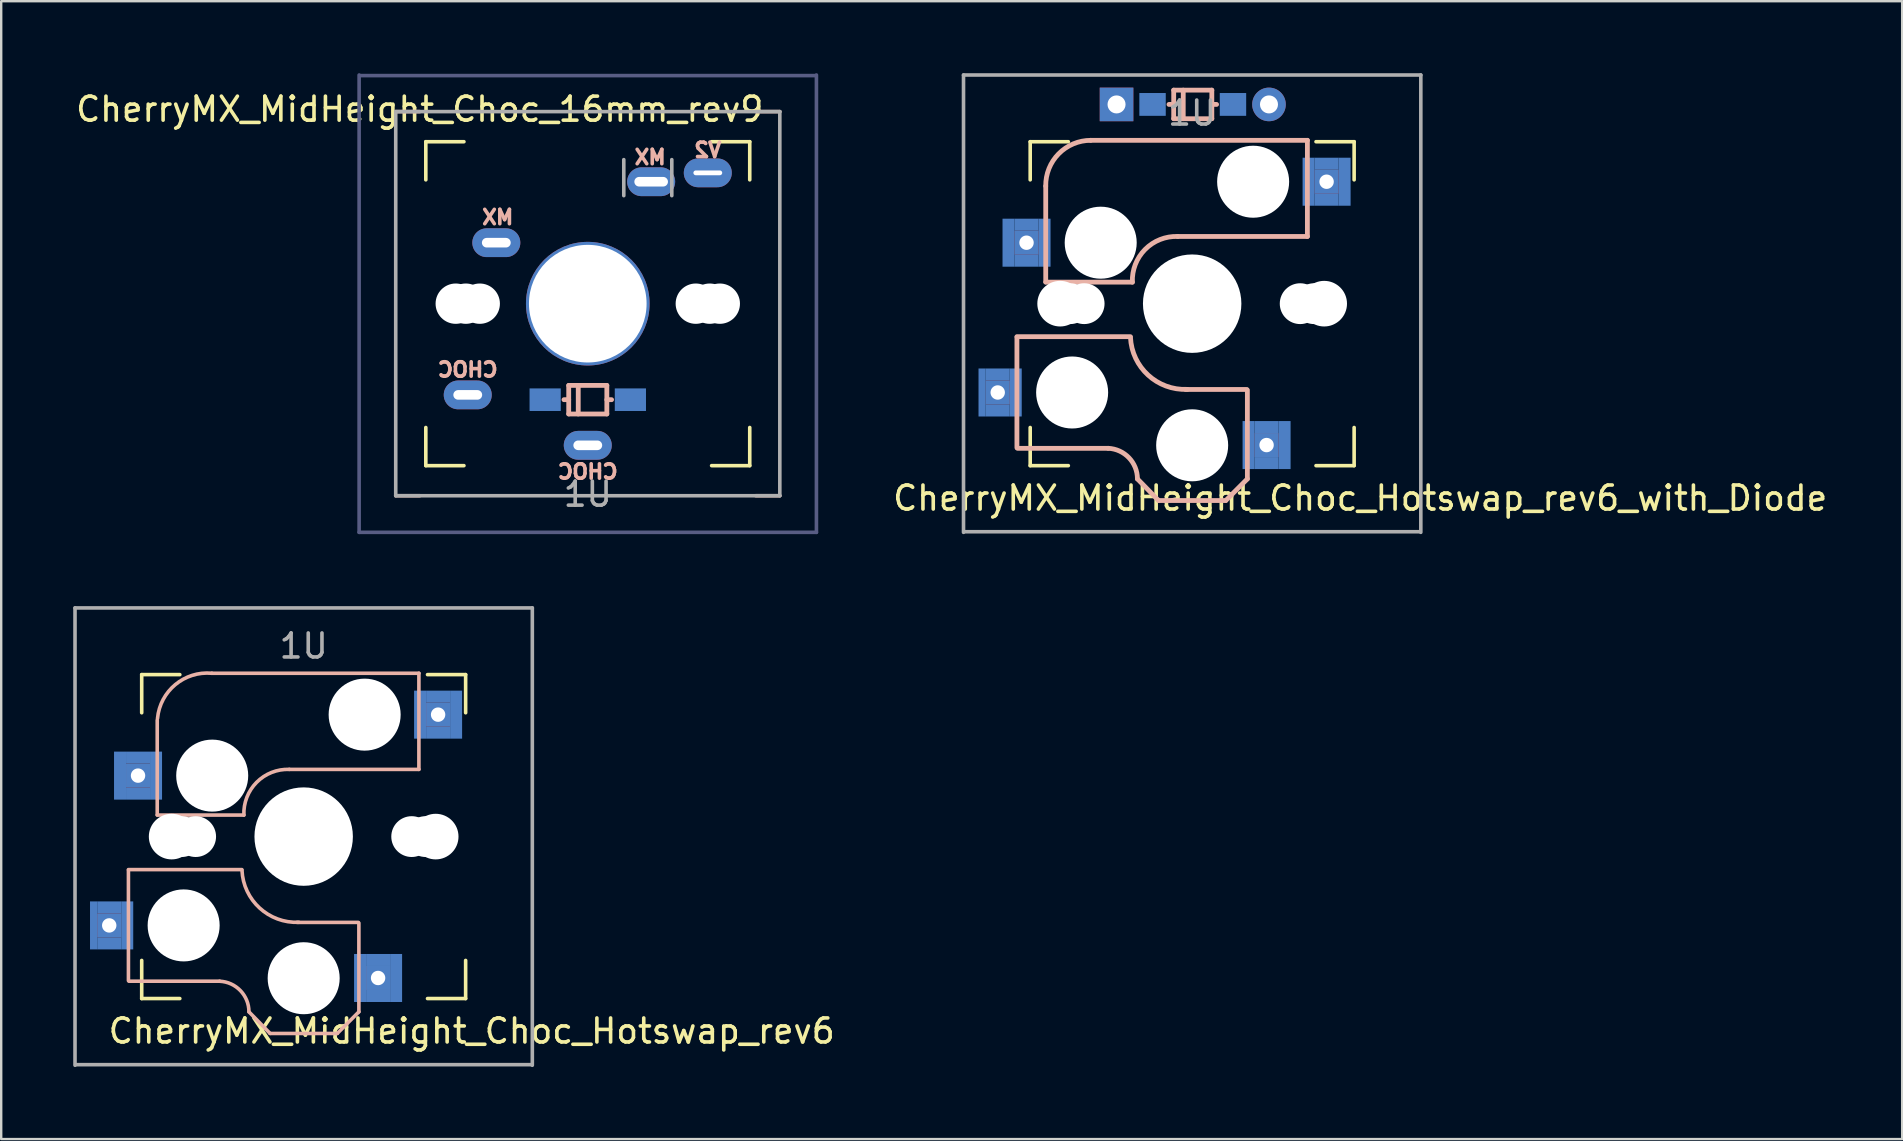
<source format=kicad_pcb>
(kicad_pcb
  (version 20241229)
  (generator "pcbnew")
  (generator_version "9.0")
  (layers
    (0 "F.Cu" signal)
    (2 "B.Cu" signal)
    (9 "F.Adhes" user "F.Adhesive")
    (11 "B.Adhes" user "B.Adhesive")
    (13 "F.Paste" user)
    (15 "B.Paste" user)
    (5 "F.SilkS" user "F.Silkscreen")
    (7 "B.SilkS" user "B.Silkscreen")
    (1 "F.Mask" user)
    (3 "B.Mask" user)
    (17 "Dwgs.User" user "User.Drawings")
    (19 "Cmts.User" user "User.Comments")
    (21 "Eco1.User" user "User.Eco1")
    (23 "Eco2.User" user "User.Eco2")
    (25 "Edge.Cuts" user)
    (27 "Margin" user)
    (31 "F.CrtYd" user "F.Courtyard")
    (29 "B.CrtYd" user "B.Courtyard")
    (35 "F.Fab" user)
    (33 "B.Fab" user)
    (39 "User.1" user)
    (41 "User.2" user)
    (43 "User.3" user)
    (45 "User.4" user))
  (footprint "CherryMX_MidHeight_Choc_Hotswap_rev6"
    (layer "F.Cu")
    (at 9.6 31.8)
    (property "Reference" "CherryMX_MidHeight_Choc_Hotswap_rev6" (at 7 8.1 0) (layer "F.SilkS") (effects (font (size 1 1) (thickness 0.15))))
    (fp_line (start -6.747 -6.747) (end -5.159 -6.747) (stroke (width 0.15) (type solid)) (layer "F.SilkS"))
    (fp_line (start -6.747 -5.159) (end -6.747 -6.747) (stroke (width 0.15) (type solid)) (layer "F.SilkS"))
    (fp_line (start -6.747 6.747) (end -6.747 5.159) (stroke (width 0.15) (type solid)) (layer "F.SilkS"))
    (fp_line (start -5.159 6.747) (end -6.747 6.747) (stroke (width 0.15) (type solid)) (layer "F.SilkS"))
    (fp_line (start 5.159 -6.747) (end 6.747 -6.747) (stroke (width 0.15) (type solid)) (layer "F.SilkS"))
    (fp_line (start 6.747 -6.747) (end 6.747 -5.159) (stroke (width 0.15) (type solid)) (layer "F.SilkS"))
    (fp_line (start 6.747 5.159) (end 6.747 6.747) (stroke (width 0.15) (type solid)) (layer "F.SilkS"))
    (fp_line (start 6.747 6.747) (end 5.159 6.747) (stroke (width 0.15) (type solid)) (layer "F.SilkS"))
    (fp_line (start -7.3 1.4) (end -7.3 6) (stroke (width 0.15) (type solid)) (layer "B.SilkS"))
    (fp_line (start -6.1 -4.85) (end -6.1 -0.905) (stroke (width 0.15) (type solid)) (layer "B.SilkS"))
    (fp_line (start -6.1 -0.896) (end -2.49 -0.896) (stroke (width 0.15) (type solid)) (layer "B.SilkS"))
    (fp_line (start -3.5 6.025) (end -7.275 6.025) (stroke (width 0.15) (type solid)) (layer "B.SilkS"))
    (fp_line (start -2.575 1.375) (end -7.3 1.375) (stroke (width 0.15) (type solid)) (layer "B.SilkS"))
    (fp_line (start -2.28 7.3) (end -1.4 8.2) (stroke (width 0.15) (type solid)) (layer "B.SilkS"))
    (fp_line (start 1.4 8.2) (end -1.4 8.2) (stroke (width 0.15) (type solid)) (layer "B.SilkS"))
    (fp_line (start 2.275 3.575) (end -0.275 3.575) (stroke (width 0.15) (type solid)) (layer "B.SilkS"))
    (fp_line (start 2.3 3.6) (end 2.3 7.3) (stroke (width 0.15) (type solid)) (layer "B.SilkS"))
    (fp_line (start 2.3 7.3) (end 1.4 8.2) (stroke (width 0.15) (type solid)) (layer "B.SilkS"))
    (fp_line (start 4.8 -6.804) (end -3.825 -6.804) (stroke (width 0.15) (type solid)) (layer "B.SilkS"))
    (fp_line (start 4.8 -2.8) (end -0.6 -2.8) (stroke (width 0.15) (type solid)) (layer "B.SilkS"))
    (fp_line (start 4.8 -2.8) (end 4.8 -6.804) (stroke (width 0.15) (type solid)) (layer "B.SilkS"))
    (fp_arc (start -6.089 -4.92) (mid -5.347189 -6.33089) (end -3.825 -6.804) (stroke (width 0.15) (type solid)) (layer "B.SilkS"))
    (fp_arc (start -3.5 6.025) (mid -2.633993 6.417536) (end -2.28 7.3) (stroke (width 0.15) (type solid)) (layer "B.SilkS"))
    (fp_arc (start -2.49 -0.896) (mid -1.960305 -2.260251) (end -0.6 -2.8) (stroke (width 0.15) (type solid)) (layer "B.SilkS"))
    (fp_arc (start -0.2 3.57) (mid -1.834422 2.975843) (end -2.57 1.4) (stroke (width 0.15) (type solid)) (layer "B.SilkS"))
    (fp_line (start -9.525 -9.525) (end 9.525 -9.525) (stroke (width 0.15) (type solid)) (layer "F.Fab"))
    (fp_line (start -9.525 9.525) (end -9.525 -9.525) (stroke (width 0.15) (type solid)) (layer "F.Fab"))
    (fp_line (start 9.5 9.5) (end -9.5 9.5) (stroke (width 0.15) (type solid)) (layer "F.Fab"))
    (fp_line (start 9.525 -9.525) (end 9.525 9.525) (stroke (width 0.15) (type solid)) (layer "F.Fab"))
    (fp_text user "1U" (at 0 -7.938 0) (layer "F.Fab") (effects (font (size 1 1) (thickness 0.15))))
    (pad "" np_thru_hole circle (at -5.5 0 90) (size 1.9 1.9) (drill 1.9) (layers "*.Cu" "*.Mask"))
    (pad "" np_thru_hole circle (at -5.08 0) (size 1.7 1.7) (drill 1.7) (layers "*.Cu" "*.Mask"))
    (pad "" np_thru_hole circle (at -5 3.7 90) (size 3 3) (drill 3) (layers "*.Cu" "*.Mask"))
    (pad "" np_thru_hole circle (at -4.5 0) (size 1.7 1.7) (drill 1.7) (layers "*.Cu" "*.Mask"))
    (pad "" np_thru_hole circle (at -3.81 -2.54 180) (size 3 3) (drill 3) (layers "*.Cu" "*.Mask"))
    (pad "" np_thru_hole circle (at 0 0 90) (size 4.1 4.1) (drill 4.1) (layers "*.Cu" "*.Mask"))
    (pad "" np_thru_hole circle (at 0 5.9 90) (size 3 3) (drill 3) (layers "*.Cu" "*.Mask"))
    (pad "" np_thru_hole circle (at 2.54 -5.08 180) (size 3 3) (drill 3) (layers "*.Cu" "*.Mask"))
    (pad "" np_thru_hole circle (at 4.5 0) (size 1.7 1.7) (drill 1.7) (layers "*.Cu" "*.Mask"))
    (pad "" np_thru_hole circle (at 5.08 0) (size 1.7 1.7) (drill 1.7) (layers "*.Cu" "*.Mask"))
    (pad "" np_thru_hole circle (at 5.5 0 90) (size 1.9 1.9) (drill 1.9) (layers "*.Cu" "*.Mask"))
    (pad "1" smd rect (at -8.75 3.7 180) (size 0.3 2) (layers "B.Cu" "B.Mask" "B.Paste"))
    (pad "1" smd rect (at -8.1 2.95 180) (size 1 0.5) (layers "B.Cu" "B.Mask" "B.Paste"))
    (pad "1" thru_hole rect (at -8.1 3.7) (size 1 1) (drill 0.6) (layers "*.Cu" "B.Mask"))
    (pad "1" smd rect (at -8.1 4.45 180) (size 1 0.5) (layers "B.Cu" "B.Mask" "B.Paste"))
    (pad "1" smd rect (at -7.65 -2.54 180) (size 0.5 2) (layers "B.Cu" "B.Mask" "B.Paste"))
    (pad "1" smd rect (at -7.35 3.7 180) (size 0.5 2) (layers "B.Cu" "B.Mask" "B.Paste"))
    (pad "1" smd rect (at -6.9 -3.29 180) (size 1 0.5) (layers "B.Cu" "B.Mask" "B.Paste"))
    (pad "1" thru_hole rect (at -6.9 -2.54) (size 1 1) (drill 0.6) (layers "*.Cu" "B.Mask"))
    (pad "1" smd rect (at -6.9 -1.79 180) (size 1 0.5) (layers "B.Cu" "B.Mask" "B.Paste"))
    (pad "1" smd rect (at -6.15 -2.54 180) (size 0.5 2) (layers "B.Cu" "B.Mask" "B.Paste"))
    (pad "2" smd rect (at 2.35 5.89 180) (size 0.5 2) (layers "B.Cu" "B.Mask" "B.Paste"))
    (pad "2" smd rect (at 3.1 5.14 180) (size 1 0.5) (layers "B.Cu" "B.Mask" "B.Paste"))
    (pad "2" thru_hole rect (at 3.1 5.89) (size 1 1) (drill 0.6) (layers "*.Cu" "B.Mask"))
    (pad "2" smd rect (at 3.1 6.64 180) (size 1 0.5) (layers "B.Cu" "B.Mask" "B.Paste"))
    (pad "2" smd rect (at 3.85 5.89 180) (size 0.5 2) (layers "B.Cu" "B.Mask" "B.Paste"))
    (pad "2" smd rect (at 4.85 -5.08 180) (size 0.5 2) (layers "B.Cu" "B.Mask" "B.Paste"))
    (pad "2" smd rect (at 5.6 -5.83 180) (size 1 0.5) (layers "B.Cu" "B.Mask" "B.Paste"))
    (pad "2" thru_hole rect (at 5.6 -5.08) (size 1 1) (drill 0.6) (layers "*.Cu" "B.Mask"))
    (pad "2" smd rect (at 5.6 -4.33 180) (size 1 0.5) (layers "B.Cu" "B.Mask" "B.Paste"))
    (pad "2" smd rect (at 6.35 -5.08 180) (size 0.5 2) (layers "B.Cu" "B.Mask" "B.Paste")))
  (footprint "CherryMX_MidHeight_Choc_16mm_rev9"
    (layer "F.Cu")
    (at 21.435 9.6)
    (property "Reference" "CherryMX_MidHeight_Choc_16mm_rev9" (at -7 -8.1 180) (layer "F.SilkS") (effects (font (size 1 1) (thickness 0.15))))
    (attr through_hole)
    (fp_line (start -6.747 -6.747) (end -5.159 -6.747) (stroke (width 0.15) (type solid)) (layer "F.SilkS"))
    (fp_line (start -6.747 -5.159) (end -6.747 -6.747) (stroke (width 0.15) (type solid)) (layer "F.SilkS"))
    (fp_line (start -6.747 6.747) (end -6.747 5.159) (stroke (width 0.15) (type solid)) (layer "F.SilkS"))
    (fp_line (start -5.159 6.747) (end -6.747 6.747) (stroke (width 0.15) (type solid)) (layer "F.SilkS"))
    (fp_line (start 5.159 -6.747) (end 6.747 -6.747) (stroke (width 0.15) (type solid)) (layer "F.SilkS"))
    (fp_line (start 6.747 -6.747) (end 6.747 -5.159) (stroke (width 0.15) (type solid)) (layer "F.SilkS"))
    (fp_line (start 6.747 5.159) (end 6.747 6.747) (stroke (width 0.15) (type solid)) (layer "F.SilkS"))
    (fp_line (start 6.747 6.747) (end 5.159 6.747) (stroke (width 0.15) (type solid)) (layer "F.SilkS"))
    (fp_line (start -7 -8) (end -8 -8) (stroke (width 0.15) (type solid)) (layer "B.SilkS"))
    (fp_line (start -7 8) (end -8 8) (stroke (width 0.15) (type solid)) (layer "B.SilkS"))
    (fp_line (start -0.992 4) (end -0.794 4) (stroke (width 0.2) (type solid)) (layer "B.SilkS"))
    (fp_line (start -0.794 3.405) (end -0.794 4.595) (stroke (width 0.2) (type solid)) (layer "B.SilkS"))
    (fp_line (start -0.794 4.595) (end 0.794 4.595) (stroke (width 0.2) (type solid)) (layer "B.SilkS"))
    (fp_line (start -0.397 4.595) (end -0.397 3.405) (stroke (width 0.2) (type solid)) (layer "B.SilkS"))
    (fp_line (start 0.794 3.405) (end -0.794 3.405) (stroke (width 0.2) (type solid)) (layer "B.SilkS"))
    (fp_line (start 0.794 4) (end 0.992 4) (stroke (width 0.2) (type solid)) (layer "B.SilkS"))
    (fp_line (start 0.794 4.595) (end 0.794 3.405) (stroke (width 0.2) (type solid)) (layer "B.SilkS"))
    (fp_line (start 8 -8) (end 7 -8) (stroke (width 0.15) (type solid)) (layer "B.SilkS"))
    (fp_line (start 8 8) (end 7 8) (stroke (width 0.15) (type solid)) (layer "B.SilkS"))
    (fp_line (start -9.525 9.525) (end -9.525 -9.525) (stroke (width 0.15) (type solid)) (layer "B.Fab"))
    (fp_line (start -9.5 -9.5) (end 9.5 -9.5) (stroke (width 0.15) (type solid)) (layer "B.Fab"))
    (fp_line (start 9.525 -9.525) (end 9.525 9.525) (stroke (width 0.15) (type solid)) (layer "B.Fab"))
    (fp_line (start 9.525 9.525) (end -9.525 9.525) (stroke (width 0.15) (type solid)) (layer "B.Fab"))
    (fp_line (start -8 -8) (end 8 -8) (stroke (width 0.15) (type solid)) (layer "F.Fab"))
    (fp_line (start -8 8) (end -8 -8) (stroke (width 0.15) (type solid)) (layer "F.Fab"))
    (fp_line (start 1.5 -6) (end 1.5 -4.5) (stroke (width 0.15) (type solid)) (layer "F.Fab"))
    (fp_line (start 3.5 -6) (end 3.5 -4.5) (stroke (width 0.15) (type solid)) (layer "F.Fab"))
    (fp_line (start 8 -8) (end 8 8) (stroke (width 0.15) (type solid)) (layer "F.Fab"))
    (fp_line (start 8 8) (end -8 8) (stroke (width 0.15) (type solid)) (layer "F.Fab"))
    (fp_text user "CHOC" (at 0 7 0) (unlocked yes) (layer "B.SilkS") (effects (font (size 0.6 0.6) (thickness 0.15)) (justify mirror)))
    (fp_text user "MX" (at 2.6 -6.1 0) (unlocked yes) (layer "B.SilkS") (effects (font (size 0.6 0.6) (thickness 0.15)) (justify mirror)))
    (fp_text user "CHOC" (at -5 2.75 0) (unlocked yes) (layer "B.SilkS") (effects (font (size 0.6 0.6) (thickness 0.15)) (justify mirror)))
    (fp_text user "V2" (at 5 -6.4 0) (unlocked yes) (layer "B.SilkS") (effects (font (size 0.6 0.6) (thickness 0.15)) (justify mirror)))
    (fp_text user "MX" (at -3.75 -3.6 0) (unlocked yes) (layer "B.SilkS") (effects (font (size 0.6 0.6) (thickness 0.15)) (justify mirror)))
    (fp_text user "1U" (at 0 7.938 180) (layer "F.Fab") (effects (font (size 1 1) (thickness 0.15))))
    (pad "" np_thru_hole circle (at -5.5 0 180) (size 1.68 1.68) (drill 1.68) (layers "*.Cu" "*.Mask"))
    (pad "" np_thru_hole circle (at -5.08 0 180) (size 1.68 1.68) (drill 1.68) (layers "*.Cu" "*.Mask"))
    (pad "" np_thru_hole circle (at -4.5 0 180) (size 1.68 1.68) (drill 1.68) (layers "*.Cu" "*.Mask"))
    (pad "" np_thru_hole circle (at 0 0 270) (size 5.15 5.15) (drill 4.9) (layers "*.Cu" "*.Mask"))
    (pad "" np_thru_hole circle (at 4.5 0 180) (size 1.68 1.68) (drill 1.68) (layers "*.Cu" "*.Mask"))
    (pad "" thru_hole oval (at 5 -5.45 180) (size 2 1.2) (drill oval 1.2 0.2) (layers "*.Cu" "B.Mask"))
    (pad "" np_thru_hole circle (at 5.08 0 180) (size 1.68 1.68) (drill 1.68) (layers "*.Cu" "*.Mask"))
    (pad "" np_thru_hole circle (at 5.5 0 180) (size 1.68 1.68) (drill 1.68) (layers "*.Cu" "*.Mask"))
    (pad "0" thru_hole oval (at 0 5.9 180) (size 2 1.2) (drill oval 1.2 0.4) (layers "*.Cu" "B.Mask"))
    (pad "0" smd rect (at 1.775 4) (size 1.3 0.94) (layers "B.Cu" "B.Mask" "B.Paste"))
    (pad "0" thru_hole oval (at 2.64 -5.08) (size 2 1.2) (drill oval 1.4 0.4) (layers "*.Cu" "B.Mask"))
    (pad "1" thru_hole oval (at -5 3.8 180) (size 2 1.2) (drill oval 1.2 0.4) (layers "*.Cu" "B.Mask"))
    (pad "1" thru_hole oval (at -3.81 -2.54) (size 2 1.2) (drill oval 1.2 0.4) (layers "*.Cu" "B.Mask"))
    (pad "2" smd rect (at -1.775 4) (size 1.3 0.94) (layers "B.Cu" "B.Mask" "B.Paste")))
  (footprint "CherryMX_MidHeight_Choc_Hotswap_rev6_with_Diode"
    (layer "F.Cu")
    (at 46.612 9.6)
    (property "Reference" "CherryMX_MidHeight_Choc_Hotswap_rev6_with_Diode" (at 7 8.1 0) (layer "F.SilkS") (effects (font (size 1 1) (thickness 0.15))))
    (fp_line (start -6.747 -6.747) (end -5.159 -6.747) (stroke (width 0.15) (type solid)) (layer "F.SilkS"))
    (fp_line (start -6.747 -5.159) (end -6.747 -6.747) (stroke (width 0.15) (type solid)) (layer "F.SilkS"))
    (fp_line (start -6.747 6.747) (end -6.747 5.159) (stroke (width 0.15) (type solid)) (layer "F.SilkS"))
    (fp_line (start -5.159 6.747) (end -6.747 6.747) (stroke (width 0.15) (type solid)) (layer "F.SilkS"))
    (fp_line (start 5.159 -6.747) (end 6.747 -6.747) (stroke (width 0.15) (type solid)) (layer "F.SilkS"))
    (fp_line (start 6.747 -6.747) (end 6.747 -5.159) (stroke (width 0.15) (type solid)) (layer "F.SilkS"))
    (fp_line (start 6.747 5.159) (end 6.747 6.747) (stroke (width 0.15) (type solid)) (layer "F.SilkS"))
    (fp_line (start 6.747 6.747) (end 5.159 6.747) (stroke (width 0.15) (type solid)) (layer "F.SilkS"))
    (fp_line (start -7.3 1.4) (end -7.3 6) (stroke (width 0.2) (type solid)) (layer "B.SilkS"))
    (fp_line (start -6.1 -4.9) (end -6.1 -0.905) (stroke (width 0.2) (type solid)) (layer "B.SilkS"))
    (fp_line (start -6.1 -0.896) (end -2.49 -0.896) (stroke (width 0.2) (type solid)) (layer "B.SilkS"))
    (fp_line (start -3.5 6.025) (end -7.275 6.025) (stroke (width 0.2) (type solid)) (layer "B.SilkS"))
    (fp_line (start -2.575 1.375) (end -7.3 1.375) (stroke (width 0.2) (type solid)) (layer "B.SilkS"))
    (fp_line (start -2.28 7.3) (end -1.4 8.2) (stroke (width 0.2) (type solid)) (layer "B.SilkS"))
    (fp_line (start -0.967 -8.3) (end -0.769 -8.3) (stroke (width 0.2) (type solid)) (layer "B.SilkS"))
    (fp_line (start -0.769 -8.895) (end -0.769 -7.705) (stroke (width 0.2) (type solid)) (layer "B.SilkS"))
    (fp_line (start -0.769 -7.705) (end 0.819 -7.705) (stroke (width 0.2) (type solid)) (layer "B.SilkS"))
    (fp_line (start -0.372 -7.705) (end -0.372 -8.895) (stroke (width 0.2) (type solid)) (layer "B.SilkS"))
    (fp_line (start 0.819 -8.895) (end -0.769 -8.895) (stroke (width 0.2) (type solid)) (layer "B.SilkS"))
    (fp_line (start 0.819 -8.3) (end 1.017 -8.3) (stroke (width 0.2) (type solid)) (layer "B.SilkS"))
    (fp_line (start 0.819 -7.705) (end 0.819 -8.895) (stroke (width 0.2) (type solid)) (layer "B.SilkS"))
    (fp_line (start 1.4 8.2) (end -1.4 8.2) (stroke (width 0.2) (type solid)) (layer "B.SilkS"))
    (fp_line (start 2.275 3.575) (end -0.275 3.575) (stroke (width 0.2) (type solid)) (layer "B.SilkS"))
    (fp_line (start 2.3 3.6) (end 2.3 7.3) (stroke (width 0.2) (type solid)) (layer "B.SilkS"))
    (fp_line (start 2.3 7.3) (end 1.4 8.2) (stroke (width 0.2) (type solid)) (layer "B.SilkS"))
    (fp_line (start 4.8 -6.804) (end -4.225 -6.804) (stroke (width 0.2) (type solid)) (layer "B.SilkS"))
    (fp_line (start 4.8 -2.8) (end -0.6 -2.8) (stroke (width 0.2) (type solid)) (layer "B.SilkS"))
    (fp_line (start 4.8 -2.8) (end 4.8 -6.804) (stroke (width 0.2) (type solid)) (layer "B.SilkS"))
    (fp_arc (start -6.1 -4.9) (mid -5.56073 -6.244164) (end -4.225 -6.803999) (stroke (width 0.2) (type solid)) (layer "B.SilkS"))
    (fp_arc (start -3.5 6.025) (mid -2.63405 6.417591) (end -2.28 7.3) (stroke (width 0.2) (type solid)) (layer "B.SilkS"))
    (fp_arc (start -2.490002 -0.896001) (mid -1.960425 -2.260371) (end -0.6 -2.8) (stroke (width 0.2) (type solid)) (layer "B.SilkS"))
    (fp_arc (start -0.2 3.57) (mid -1.834421 2.975843) (end -2.569999 1.400001) (stroke (width 0.2) (type solid)) (layer "B.SilkS"))
    (fp_line (start -9.525 -9.525) (end 9.525 -9.525) (stroke (width 0.15) (type solid)) (layer "F.Fab"))
    (fp_line (start -9.525 9.525) (end -9.525 -9.525) (stroke (width 0.15) (type solid)) (layer "F.Fab"))
    (fp_line (start 9.5 9.5) (end -9.5 9.5) (stroke (width 0.15) (type solid)) (layer "F.Fab"))
    (fp_line (start 9.525 -9.525) (end 9.525 9.525) (stroke (width 0.15) (type solid)) (layer "F.Fab"))
    (fp_text user "1U" (at 0 -7.938 0) (layer "F.Fab") (effects (font (size 1 1) (thickness 0.15))))
    (pad "" np_thru_hole circle (at -5.5 0 90) (size 1.9 1.9) (drill 1.9) (layers "*.Cu" "*.Mask"))
    (pad "" np_thru_hole circle (at -5.08 0) (size 1.7 1.7) (drill 1.7) (layers "*.Cu" "*.Mask"))
    (pad "" np_thru_hole circle (at -5 3.7 90) (size 3 3) (drill 3) (layers "*.Cu" "*.Mask"))
    (pad "" np_thru_hole circle (at -4.5 0) (size 1.7 1.7) (drill 1.7) (layers "*.Cu" "*.Mask"))
    (pad "" np_thru_hole circle (at -3.81 -2.54 180) (size 3 3) (drill 3) (layers "*.Cu" "*.Mask"))
    (pad "" np_thru_hole circle (at 0 0 90) (size 4.1 4.1) (drill 4.1) (layers "*.Cu" "*.Mask"))
    (pad "" np_thru_hole circle (at 0 5.9 90) (size 3 3) (drill 3) (layers "*.Cu" "*.Mask"))
    (pad "" np_thru_hole circle (at 2.54 -5.08 180) (size 3 3) (drill 3) (layers "*.Cu" "*.Mask"))
    (pad "" np_thru_hole circle (at 4.5 0) (size 1.7 1.7) (drill 1.7) (layers "*.Cu" "*.Mask"))
    (pad "" np_thru_hole circle (at 5.08 0) (size 1.7 1.7) (drill 1.7) (layers "*.Cu" "*.Mask"))
    (pad "" np_thru_hole circle (at 5.5 0 90) (size 1.9 1.9) (drill 1.9) (layers "*.Cu" "*.Mask"))
    (pad "0" smd rect (at 1.7 -8.3) (size 1.1 0.95) (layers "B.Cu" "B.Mask" "B.Paste"))
    (pad "0" smd rect (at 2.35 5.89 180) (size 0.5 2) (layers "B.Cu" "B.Mask" "B.Paste"))
    (pad "0" smd rect (at 3.1 5.14 180) (size 1 0.5) (layers "B.Cu" "B.Mask" "B.Paste"))
    (pad "0" thru_hole rect (at 3.1 5.89) (size 1 1) (drill 0.6) (layers "*.Cu" "B.Mask"))
    (pad "0" smd rect (at 3.1 6.64 180) (size 1 0.5) (layers "B.Cu" "B.Mask" "B.Paste"))
    (pad "0" thru_hole circle (at 3.2 -8.3) (size 1.4 1.4) (drill 0.75) (layers "*.Cu" "*.Mask"))
    (pad "0" smd rect (at 3.85 5.89 180) (size 0.5 2) (layers "B.Cu" "B.Mask" "B.Paste"))
    (pad "0" smd rect (at 4.85 -5.08 180) (size 0.5 2) (layers "B.Cu" "B.Mask" "B.Paste"))
    (pad "0" smd rect (at 5.6 -5.83 180) (size 1 0.5) (layers "B.Cu" "B.Mask" "B.Paste"))
    (pad "0" thru_hole rect (at 5.6 -5.08) (size 1 1) (drill 0.6) (layers "*.Cu" "B.Mask"))
    (pad "0" smd rect (at 5.6 -4.33 180) (size 1 0.5) (layers "B.Cu" "B.Mask" "B.Paste"))
    (pad "0" smd rect (at 6.35 -5.08 180) (size 0.5 2) (layers "B.Cu" "B.Mask" "B.Paste"))
    (pad "1" smd rect (at -8.75 3.7 180) (size 0.3 2) (layers "B.Cu" "B.Mask" "B.Paste"))
    (pad "1" smd rect (at -8.1 2.95 180) (size 1 0.5) (layers "B.Cu" "B.Mask" "B.Paste"))
    (pad "1" thru_hole rect (at -8.1 3.7) (size 1 1) (drill 0.6) (layers "*.Cu" "B.Mask"))
    (pad "1" smd rect (at -8.1 4.45 180) (size 1 0.5) (layers "B.Cu" "B.Mask" "B.Paste"))
    (pad "1" smd rect (at -7.65 -2.54 180) (size 0.5 2) (layers "B.Cu" "B.Mask" "B.Paste"))
    (pad "1" smd rect (at -7.35 3.7 180) (size 0.5 2) (layers "B.Cu" "B.Mask" "B.Paste"))
    (pad "1" smd rect (at -6.9 -3.29 180) (size 1 0.5) (layers "B.Cu" "B.Mask" "B.Paste"))
    (pad "1" thru_hole rect (at -6.9 -2.54) (size 1 1) (drill 0.6) (layers "*.Cu" "B.Mask"))
    (pad "1" smd rect (at -6.9 -1.79 180) (size 1 0.5) (layers "B.Cu" "B.Mask" "B.Paste"))
    (pad "1" smd rect (at -6.15 -2.54 180) (size 0.5 2) (layers "B.Cu" "B.Mask" "B.Paste"))
    (pad "2" thru_hole rect (at -3.15 -8.3) (size 1.4 1.4) (drill 0.75) (layers "*.Cu" "*.Mask"))
    (pad "2" smd rect (at -1.65 -8.3) (size 1.1 0.95) (layers "B.Cu" "B.Mask" "B.Paste")))
  (gr_rect
    (start -3 -3)
    (end 76.189 44.4)
    (stroke (width 0.1) (type default))
    (fill no)
    (layer "Edge.Cuts")))
</source>
